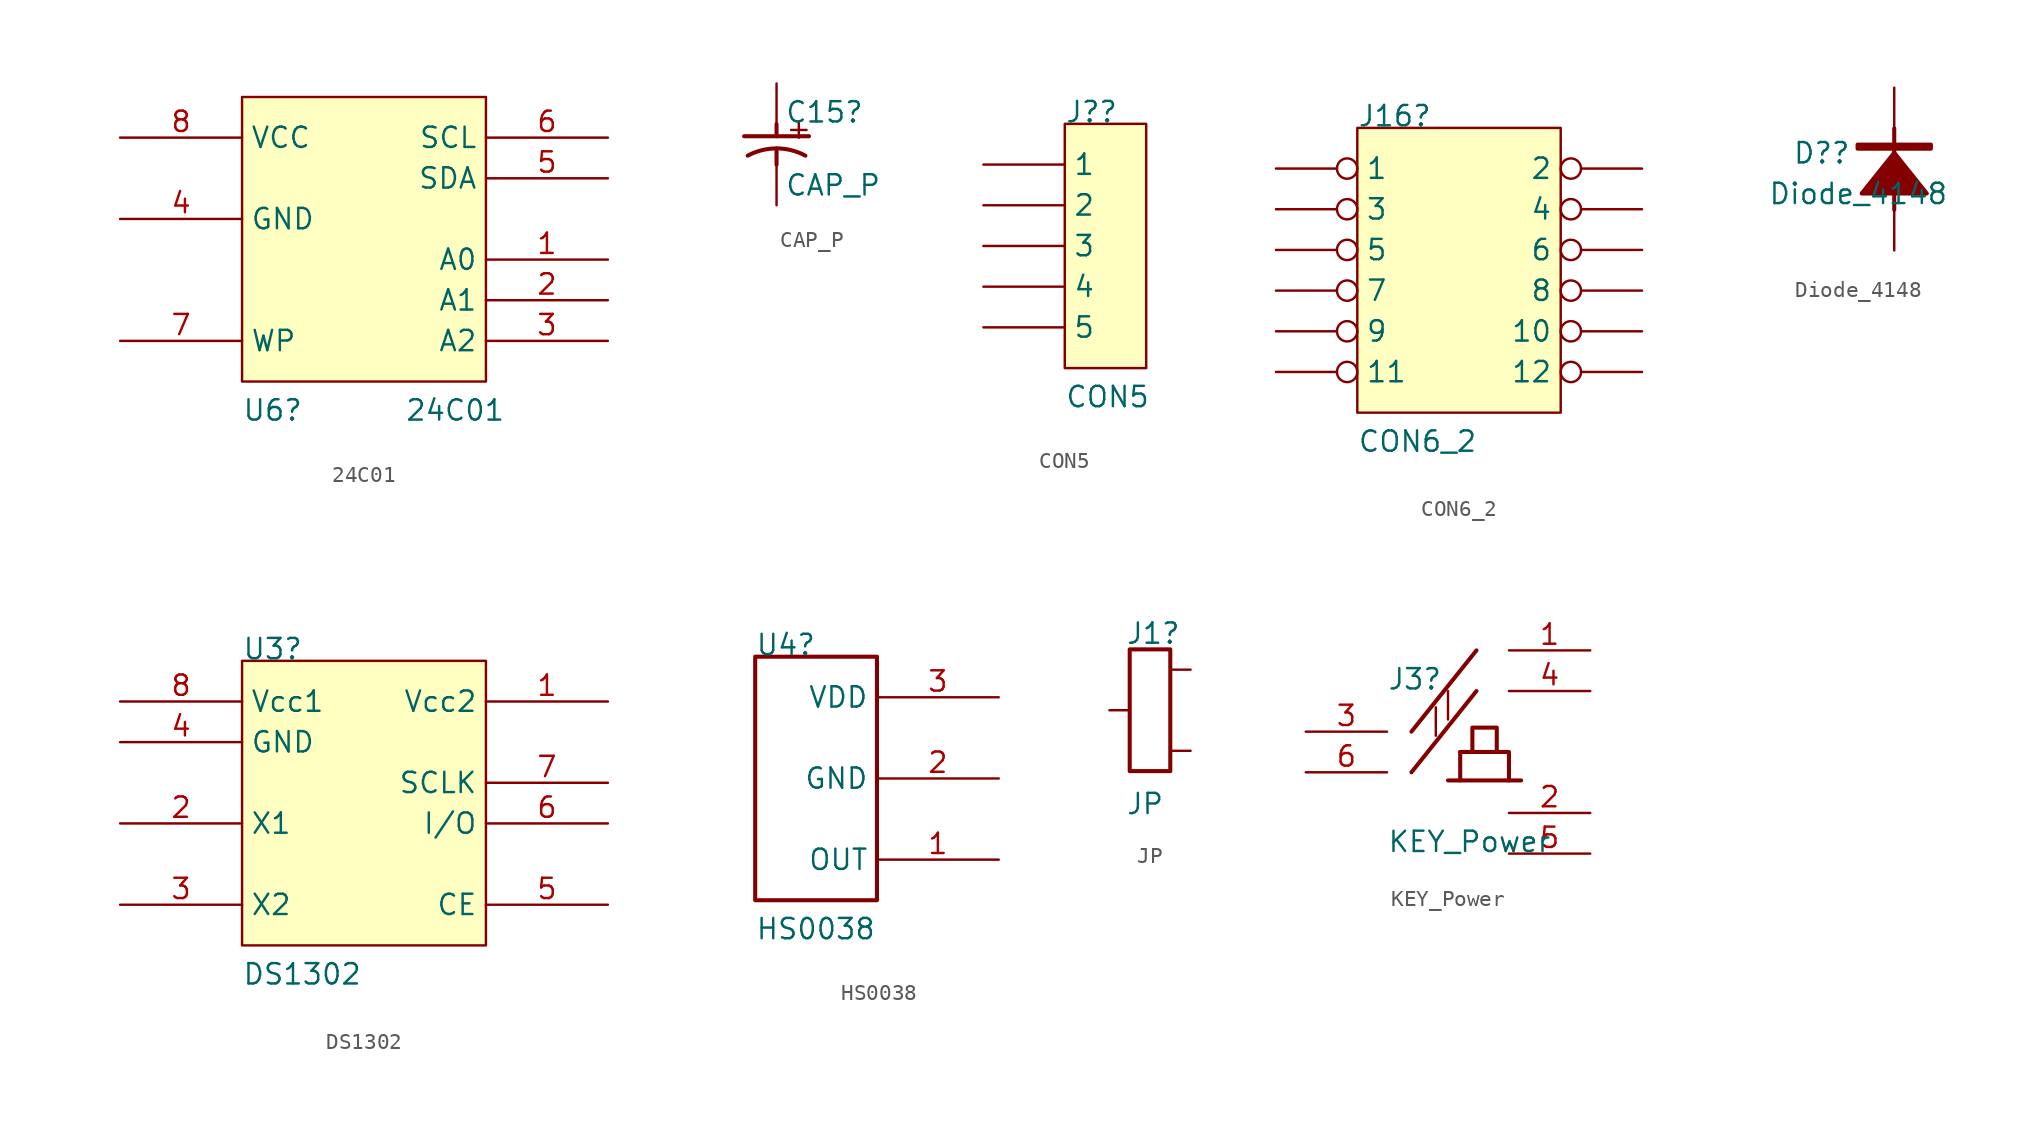
<source format=kicad_sym>
(kicad_symbol_lib
  (version 20211014)
  (generator kicad_symbol_editor)
  (symbol "24C01"
    (property "Reference" "U6"
      (at 0 -20.32 0)
      (effects (font (size 1.27 1.27)) (justify left bottom)))
    (property "Value" "24C01"
      (at 10.16 -20.32 0)
      (effects (font (size 1.27 1.27)) (justify left bottom)))
    (symbol "24C01_1_0"
      (rectangle (start 15.24 0) (end 0 -17.78) (stroke (width 0) (type default) (color 0 0 0 0)) (fill (type background)))
      (pin passive line (at 22.86 -10.16 180) (length 7.62) (name "A0" (effects (font (size 1.27 1.27)))) (number "1" (effects (font (size 1.27 1.27)))))
      (pin passive line (at 22.86 -12.7 180) (length 7.62) (name "A1" (effects (font (size 1.27 1.27)))) (number "2" (effects (font (size 1.27 1.27)))))
      (pin passive line (at 22.86 -15.24 180) (length 7.62) (name "A2" (effects (font (size 1.27 1.27)))) (number "3" (effects (font (size 1.27 1.27)))))
      (pin passive line (at -7.62 -7.62 0) (length 7.62) (name "GND" (effects (font (size 1.27 1.27)))) (number "4" (effects (font (size 1.27 1.27)))))
      (pin passive line (at 22.86 -5.08 180) (length 7.62) (name "SDA" (effects (font (size 1.27 1.27)))) (number "5" (effects (font (size 1.27 1.27)))))
      (pin passive line (at 22.86 -2.54 180) (length 7.62) (name "SCL" (effects (font (size 1.27 1.27)))) (number "6" (effects (font (size 1.27 1.27)))))
      (pin passive line (at -7.62 -15.24 0) (length 7.62) (name "WP" (effects (font (size 1.27 1.27)))) (number "7" (effects (font (size 1.27 1.27)))))
      (pin passive line (at -7.62 -2.54 0) (length 7.62) (name "VCC" (effects (font (size 1.27 1.27)))) (number "8" (effects (font (size 1.27 1.27)))))))
  (symbol "CAP_P"
    (property "Reference" "C15"
      (at 0.508 -2.54 0)
      (effects (font (size 1.27 1.27)) (justify left bottom)))
    (property "Value" "CAP_P"
      (at 0.508 -7.112 0)
      (effects (font (size 1.27 1.27)) (justify left bottom)))
    (symbol "CAP_P_1_0"
      (polyline (pts (xy 0 -4.064) (xy 0 -5.08)) (stroke (width 0.254) (type default) (color 0 0 0 0)) (fill (type none)))
      (polyline (pts (xy 0 -2.54) (xy 0 -3.302)) (stroke (width 0.254) (type default) (color 0 0 0 0)) (fill (type none)))
      (polyline (pts (xy 2.032 -3.302) (xy -2.032 -3.302)) (stroke (width 0.254) (type default) (color 0 0 0 0)) (fill (type none)))
      (arc (start 1.8063 -4.5194) (mid 0 -4.064) (end -1.8063 -4.5194) (stroke (width 0.254) (type default) (color 0 0 0 0)) (fill (type none)))
      (text "+" (at 0.508 -3.556 0) (effects (font (size 1.27 1.27)) (justify left bottom)))
      (pin passive line (at 0 0 270) (length 2.54) (name "1" (effects (font (size 0 0)))) (number "1" (effects (font (size 0 0)))))
      (pin passive line (at 0 -7.62 90) (length 2.54) (name "2" (effects (font (size 0 0)))) (number "2" (effects (font (size 0 0)))))))
  (symbol "CON5"
    (property "Reference" "J?"
      (at 0 0 0)
      (effects (font (size 1.27 1.27)) (justify left bottom)))
    (property "Value" "CON5"
      (at 0 -17.78 0)
      (effects (font (size 1.27 1.27)) (justify left bottom)))
    (symbol "CON5_1_0"
      (rectangle (start 5.08 0) (end 0 -15.24) (stroke (width 0) (type default) (color 0 0 0 0)) (fill (type background)))
      (pin passive line (at -5.08 -2.54 0) (length 5.08) (name "1" (effects (font (size 1.27 1.27)))) (number "1" (effects (font (size 0 0)))))
      (pin passive line (at -5.08 -5.08 0) (length 5.08) (name "2" (effects (font (size 1.27 1.27)))) (number "2" (effects (font (size 0 0)))))
      (pin passive line (at -5.08 -7.62 0) (length 5.08) (name "3" (effects (font (size 1.27 1.27)))) (number "3" (effects (font (size 0 0)))))
      (pin passive line (at -5.08 -10.16 0) (length 5.08) (name "4" (effects (font (size 1.27 1.27)))) (number "4" (effects (font (size 0 0)))))
      (pin passive line (at -5.08 -12.7 0) (length 5.08) (name "5" (effects (font (size 1.27 1.27)))) (number "5" (effects (font (size 0 0)))))))
  (symbol "CON6_2"
    (property "Reference" "J16"
      (at 0 0 0)
      (effects (font (size 1.27 1.27)) (justify left bottom)))
    (property "Value" "CON6_2"
      (at 0 -20.32 0)
      (effects (font (size 1.27 1.27)) (justify left bottom)))
    (symbol "CON6_2_1_0"
      (rectangle (start 12.7 0) (end 0 -17.78) (stroke (width 0) (type default) (color 0 0 0 0)) (fill (type background)))
      (pin passive inverted (at -5.08 -2.54 0) (length 5.08) (name "1" (effects (font (size 1.27 1.27)))) (number "1" (effects (font (size 0 0)))))
      (pin passive inverted (at 17.78 -12.7 180) (length 5.08) (name "10" (effects (font (size 1.27 1.27)))) (number "10" (effects (font (size 0 0)))))
      (pin passive inverted (at -5.08 -15.24 0) (length 5.08) (name "11" (effects (font (size 1.27 1.27)))) (number "11" (effects (font (size 0 0)))))
      (pin passive inverted (at 17.78 -15.24 180) (length 5.08) (name "12" (effects (font (size 1.27 1.27)))) (number "12" (effects (font (size 0 0)))))
      (pin passive inverted (at 17.78 -2.54 180) (length 5.08) (name "2" (effects (font (size 1.27 1.27)))) (number "2" (effects (font (size 0 0)))))
      (pin passive inverted (at -5.08 -5.08 0) (length 5.08) (name "3" (effects (font (size 1.27 1.27)))) (number "3" (effects (font (size 0 0)))))
      (pin passive inverted (at 17.78 -5.08 180) (length 5.08) (name "4" (effects (font (size 1.27 1.27)))) (number "4" (effects (font (size 0 0)))))
      (pin passive inverted (at -5.08 -7.62 0) (length 5.08) (name "5" (effects (font (size 1.27 1.27)))) (number "5" (effects (font (size 0 0)))))
      (pin passive inverted (at 17.78 -7.62 180) (length 5.08) (name "6" (effects (font (size 1.27 1.27)))) (number "6" (effects (font (size 0 0)))))
      (pin passive inverted (at -5.08 -10.16 0) (length 5.08) (name "7" (effects (font (size 1.27 1.27)))) (number "7" (effects (font (size 0 0)))))
      (pin passive inverted (at 17.78 -10.16 180) (length 5.08) (name "8" (effects (font (size 1.27 1.27)))) (number "8" (effects (font (size 0 0)))))
      (pin passive inverted (at -5.08 -12.7 0) (length 5.08) (name "9" (effects (font (size 1.27 1.27)))) (number "9" (effects (font (size 0 0)))))))
  (symbol "Diode_4148"
    (property "Reference" "D?"
      (at -6.35 5.334 0)
      (effects (font (size 1.27 1.27)) (justify left bottom)))
    (property "Value" "Diode_4148"
      (at -7.874 2.794 0)
      (effects (font (size 1.27 1.27)) (justify left bottom)))
    (symbol "Diode_4148_1_0"
      (polyline (pts (xy 0 2.54) (xy 0 7.62)) (stroke (width 0.254) (type default) (color 0 0 0 0)) (fill (type none)))
      (polyline (pts (xy -2.032 3.556) (xy 0 6.096) (xy 2.032 3.556) (xy -2.032 3.556)) (stroke (width 0.254) (type default) (color 0 0 0 0)) (fill (type outline)))
      (polyline (pts (xy -2.286 6.35) (xy -2.286 6.604) (xy 2.286 6.604) (xy 2.286 6.35) (xy -2.286 6.35)) (stroke (width 0.254) (type default) (color 0 0 0 0)) (fill (type outline)))
      (pin passive line (at 0 0 90) (length 2.54) (name "1" (effects (font (size 0 0)))) (number "A" (effects (font (size 0 0)))))
      (pin passive line (at 0 10.16 270) (length 2.54) (name "2" (effects (font (size 0 0)))) (number "K" (effects (font (size 0 0)))))))
  (symbol "DS1302"
    (property "Reference" "U3"
      (at 0 0 0)
      (effects (font (size 1.27 1.27)) (justify left bottom)))
    (property "Value" "DS1302"
      (at 0 -20.32 0)
      (effects (font (size 1.27 1.27)) (justify left bottom)))
    (symbol "DS1302_1_0"
      (rectangle (start 15.24 0) (end 0 -17.78) (stroke (width 0) (type default) (color 0 0 0 0)) (fill (type background)))
      (pin passive line (at 22.86 -2.54 180) (length 7.62) (name "Vcc2" (effects (font (size 1.27 1.27)))) (number "1" (effects (font (size 1.27 1.27)))))
      (pin passive line (at -7.62 -10.16 0) (length 7.62) (name "X1" (effects (font (size 1.27 1.27)))) (number "2" (effects (font (size 1.27 1.27)))))
      (pin passive line (at -7.62 -15.24 0) (length 7.62) (name "X2" (effects (font (size 1.27 1.27)))) (number "3" (effects (font (size 1.27 1.27)))))
      (pin passive line (at -7.62 -5.08 0) (length 7.62) (name "GND" (effects (font (size 1.27 1.27)))) (number "4" (effects (font (size 1.27 1.27)))))
      (pin passive line (at 22.86 -15.24 180) (length 7.62) (name "CE" (effects (font (size 1.27 1.27)))) (number "5" (effects (font (size 1.27 1.27)))))
      (pin passive line (at 22.86 -10.16 180) (length 7.62) (name "I/O" (effects (font (size 1.27 1.27)))) (number "6" (effects (font (size 1.27 1.27)))))
      (pin passive line (at 22.86 -7.62 180) (length 7.62) (name "SCLK" (effects (font (size 1.27 1.27)))) (number "7" (effects (font (size 1.27 1.27)))))
      (pin passive line (at -7.62 -2.54 0) (length 7.62) (name "Vcc1" (effects (font (size 1.27 1.27)))) (number "8" (effects (font (size 1.27 1.27)))))))
  (symbol "HS0038"
    (property "Reference" "U4"
      (at -7.62 0 0)
      (effects (font (size 1.27 1.27)) (justify left bottom)))
    (property "Value" "HS0038"
      (at -7.62 -17.78 0)
      (effects (font (size 1.27 1.27)) (justify left bottom)))
    (symbol "HS0038_1_0"
      (polyline (pts (xy 0 0) (xy -7.62 0) (xy -7.62 -15.24) (xy 0 -15.24) (xy 0 0)) (stroke (width 0.254) (type default) (color 0 0 0 0)) (fill (type none)))
      (pin output line (at 7.62 -12.7 180) (length 7.62) (name "OUT" (effects (font (size 1.27 1.27)))) (number "1" (effects (font (size 1.27 1.27)))))
      (pin power_in line (at 7.62 -7.62 180) (length 7.62) (name "GND" (effects (font (size 1.27 1.27)))) (number "2" (effects (font (size 1.27 1.27)))))
      (pin power_in line (at 7.62 -2.54 180) (length 7.62) (name "VDD" (effects (font (size 1.27 1.27)))) (number "3" (effects (font (size 1.27 1.27)))))))
  (symbol "JP"
    (property "Reference" "J1"
      (at 1.016 4.064 0)
      (effects (font (size 1.27 1.27)) (justify left bottom)))
    (property "Value" "JP"
      (at 1.016 -6.604 0)
      (effects (font (size 1.27 1.27)) (justify left bottom)))
    (symbol "JP_1_0"
      (polyline (pts (xy 1.27 3.81) (xy 3.81 3.81) (xy 3.81 -3.81) (xy 1.27 -3.81) (xy 1.27 3.81)) (stroke (width 0.254) (type default) (color 0 0 0 0)) (fill (type none)))
      (pin passive line (at 5.08 -2.54 180) (length 1.27) (name "1" (effects (font (size 0 0)))) (number "1" (effects (font (size 0 0)))))
      (pin passive line (at 0 0 0) (length 1.27) (name "2" (effects (font (size 0 0)))) (number "2" (effects (font (size 0 0)))))
      (pin passive line (at 5.08 2.54 180) (length 1.27) (name "3" (effects (font (size 0 0)))) (number "3" (effects (font (size 0 0)))))))
  (symbol "KEY_Power"
    (property "Reference" "J3"
      (at 5.08 2.54 0)
      (effects (font (size 1.27 1.27)) (justify left bottom)))
    (property "Value" "KEY_Power"
      (at 5.08 -7.62 0)
      (effects (font (size 1.27 1.27)) (justify left bottom)))
    (symbol "KEY_Power_1_0"
      (polyline (pts (xy 6.604 -2.54) (xy 10.668 2.54)) (stroke (width 0.254) (type default) (color 0 0 0 0)) (fill (type none)))
      (polyline (pts (xy 6.604 0) (xy 10.668 5.08)) (stroke (width 0.254) (type default) (color 0 0 0 0)) (fill (type none)))
      (polyline (pts (xy 8.128 1.524) (xy 8.128 -0.254)) (stroke (width 0) (type default) (color 0 0 0 0)) (fill (type none)))
      (polyline (pts (xy 8.89 -3.048) (xy 13.462 -3.048)) (stroke (width 0.254) (type default) (color 0 0 0 0)) (fill (type none)))
      (polyline (pts (xy 8.89 2.54) (xy 8.89 0.762)) (stroke (width 0) (type default) (color 0 0 0 0)) (fill (type none)))
      (polyline (pts (xy 9.652 -1.27) (xy 9.652 -3.048)) (stroke (width 0.254) (type default) (color 0 0 0 0)) (fill (type none)))
      (polyline (pts (xy 12.7 -3.048) (xy 12.7 -1.27) (xy 9.652 -1.27)) (stroke (width 0.254) (type default) (color 0 0 0 0)) (fill (type none)))
      (polyline (pts (xy 10.414 -1.27) (xy 10.414 0.254) (xy 11.938 0.254) (xy 11.938 -1.27)) (stroke (width 0.254) (type default) (color 0 0 0 0)) (fill (type none)))
      (pin passive line (at 17.78 5.08 180) (length 5.08) (name "1" (effects (font (size 0 0)))) (number "1" (effects (font (size 1.27 1.27)))))
      (pin passive line (at 17.78 -5.08 180) (length 5.08) (name "2" (effects (font (size 0 0)))) (number "2" (effects (font (size 1.27 1.27)))))
      (pin passive line (at 0 0 0) (length 5.08) (name "3" (effects (font (size 0 0)))) (number "3" (effects (font (size 1.27 1.27)))))
      (pin passive line (at 17.78 2.54 180) (length 5.08) (name "4" (effects (font (size 0 0)))) (number "4" (effects (font (size 1.27 1.27)))))
      (pin passive line (at 17.78 -7.62 180) (length 5.08) (name "5" (effects (font (size 0 0)))) (number "5" (effects (font (size 1.27 1.27)))))
      (pin passive line (at 0 -2.54 0) (length 5.08) (name "6" (effects (font (size 0 0)))) (number "6" (effects (font (size 1.27 1.27))))))))
</source>
